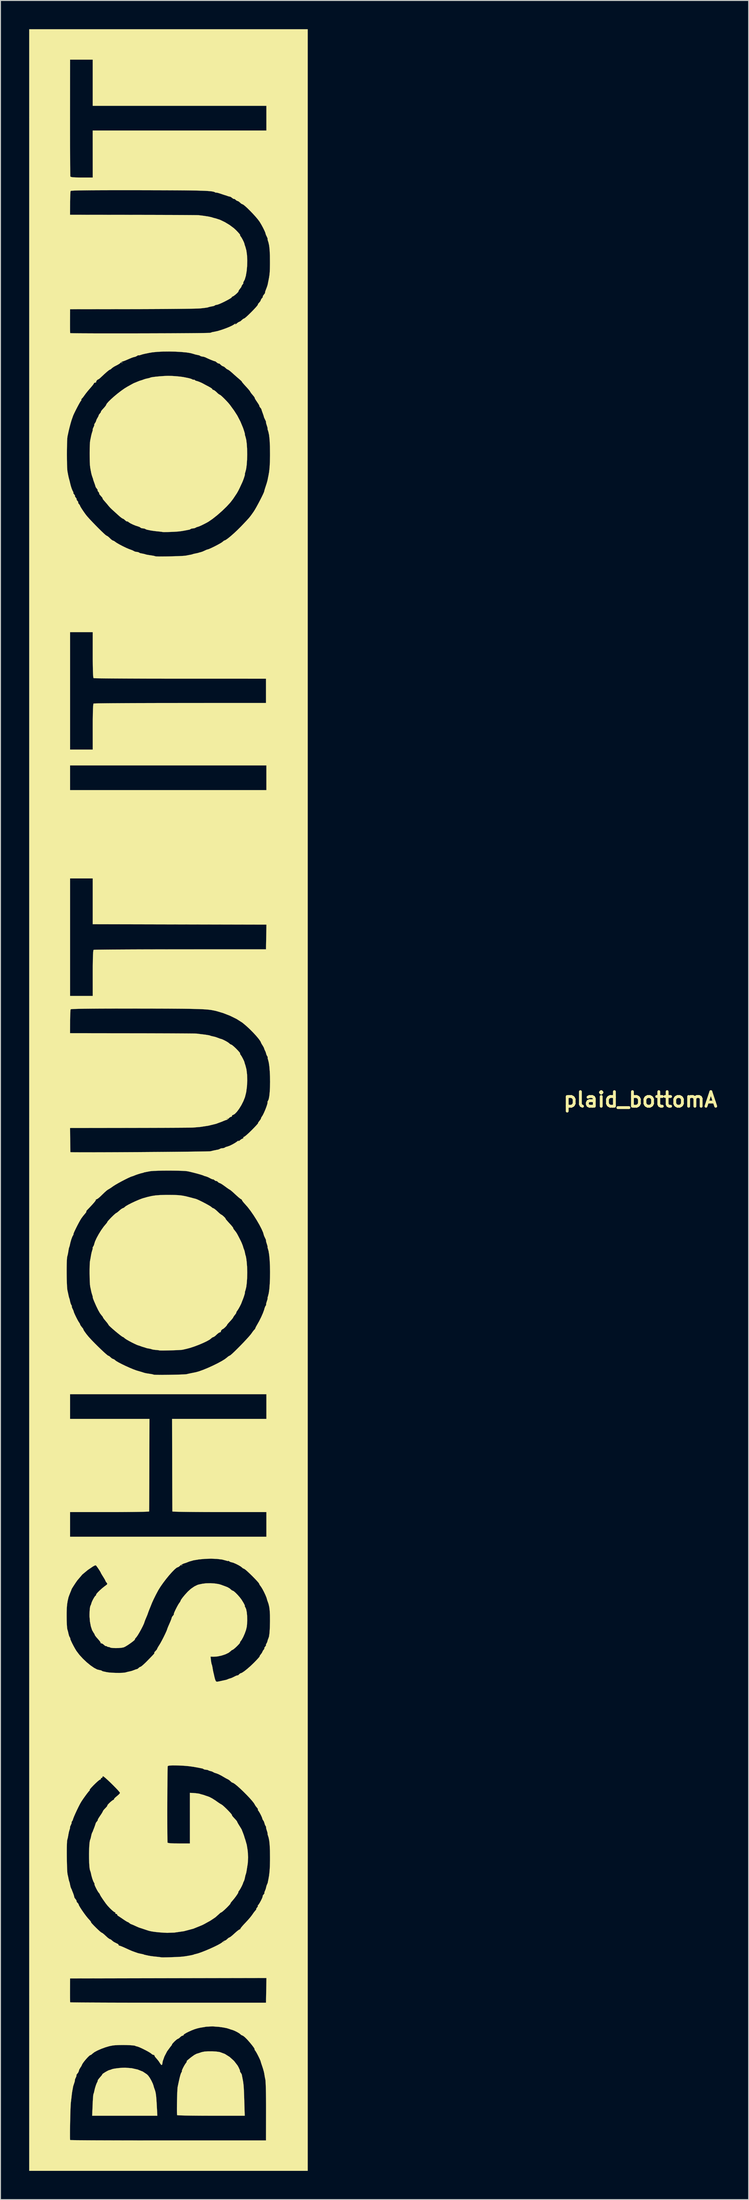
<source format=kicad_pcb>
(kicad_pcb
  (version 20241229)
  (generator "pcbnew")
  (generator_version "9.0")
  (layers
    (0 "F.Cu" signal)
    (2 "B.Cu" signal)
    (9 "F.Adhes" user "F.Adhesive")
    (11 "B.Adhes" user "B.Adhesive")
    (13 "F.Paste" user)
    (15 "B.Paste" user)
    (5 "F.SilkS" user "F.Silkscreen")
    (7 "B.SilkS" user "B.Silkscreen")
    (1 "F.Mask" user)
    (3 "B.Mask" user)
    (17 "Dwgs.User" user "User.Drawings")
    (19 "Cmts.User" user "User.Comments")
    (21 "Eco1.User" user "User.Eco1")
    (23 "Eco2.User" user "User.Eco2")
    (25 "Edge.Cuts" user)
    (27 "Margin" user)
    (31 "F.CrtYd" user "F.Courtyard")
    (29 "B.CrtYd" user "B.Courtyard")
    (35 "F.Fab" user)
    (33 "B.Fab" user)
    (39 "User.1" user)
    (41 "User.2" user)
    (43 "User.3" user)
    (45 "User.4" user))
  (footprint "plaid_bottomA"
    (layer "F.Cu")
    (at 63.928 111.85)
    (property "Reference" "plaid_bottomA" (at 0 0 0) (layer "F.SilkS") (effects (font (size 1.524 1.524) (thickness 0.3))))
    (attr through_hole)
    (fp_poly (pts (xy -54.187 -77.004) (xy -54.229 -76.962) (xy -54.271 -77.004) (xy -54.229 -77.047) (xy -54.187 -77.004)) (stroke (width 0.01) (type solid)) (fill yes) (layer "F.SilkS"))
    (fp_poly (pts (xy -47.921 48.641) (xy -47.964 48.683) (xy -48.006 48.641) (xy -47.964 48.599) (xy -47.921 48.641)) (stroke (width 0.01) (type solid)) (fill yes) (layer "F.SilkS"))
    (fp_poly (pts (xy -53.208 101.204) (xy -52.58 101.344) (xy -52.038 101.562) (xy -51.612 101.846) (xy -51.469 101.991) (xy -51.307 102.219) (xy -51.14 102.514) (xy -50.998 102.815) (xy -50.912 103.061) (xy -50.901 103.124) (xy -50.871 103.225) (xy -50.803 103.411) (xy -50.8 103.42) (xy -50.74 103.602) (xy -50.693 103.81) (xy -50.655 104.078) (xy -50.622 104.436) (xy -50.591 104.916) (xy -50.574 105.219) (xy -50.523 106.172) (xy -57.337 106.172) (xy -57.293 105.075) (xy -57.273 104.658) (xy -57.251 104.302) (xy -57.228 104.042) (xy -57.207 103.911) (xy -57.204 103.905) (xy -57.156 103.773) (xy -57.117 103.598) (xy -57.05 103.312) (xy -56.959 103.014) (xy -56.865 102.768) (xy -56.801 102.651) (xy -56.758 102.543) (xy -56.769 102.518) (xy -56.74 102.438) (xy -56.623 102.28) (xy -56.524 102.166) (xy -56.37 101.989) (xy -56.286 101.876) (xy -56.283 101.854) (xy -56.268 101.818) (xy -56.15 101.73) (xy -55.972 101.617) (xy -55.781 101.507) (xy -55.622 101.427) (xy -55.557 101.406) (xy -55.382 101.356) (xy -55.33 101.331) (xy -55.178 101.281) (xy -54.907 101.233) (xy -54.568 101.191) (xy -54.212 101.161) (xy -53.89 101.152) (xy -53.208 101.204)) (stroke (width 0.01) (type solid)) (fill yes) (layer "F.SilkS"))
    (fp_poly (pts (xy -44.366 99.464) (xy -44 99.518) (xy -43.984 99.521) (xy -43.468 99.711) (xy -42.959 100.032) (xy -42.499 100.447) (xy -42.133 100.922) (xy -42.033 101.1) (xy -41.927 101.327) (xy -41.873 101.477) (xy -41.877 101.515) (xy -41.876 101.568) (xy -41.818 101.651) (xy -41.717 101.808) (xy -41.689 101.884) (xy -41.662 102.028) (xy -41.618 102.251) (xy -41.613 102.277) (xy -41.566 102.524) (xy -41.531 102.756) (xy -41.503 103.005) (xy -41.481 103.302) (xy -41.462 103.681) (xy -41.444 104.174) (xy -41.43 104.627) (xy -41.382 106.172) (xy -44.901 106.172) (xy -45.656 106.171) (xy -46.357 106.166) (xy -46.986 106.16) (xy -47.525 106.151) (xy -47.958 106.14) (xy -48.265 106.128) (xy -48.429 106.115) (xy -48.452 106.109) (xy -48.465 105.998) (xy -48.473 105.753) (xy -48.474 105.408) (xy -48.471 104.999) (xy -48.464 104.56) (xy -48.453 104.126) (xy -48.439 103.733) (xy -48.423 103.415) (xy -48.405 103.206) (xy -48.399 103.166) (xy -48.281 102.61) (xy -48.188 102.199) (xy -48.112 101.913) (xy -48.049 101.729) (xy -47.994 101.628) (xy -47.991 101.625) (xy -47.94 101.532) (xy -47.955 101.515) (xy -47.955 101.451) (xy -47.891 101.289) (xy -47.786 101.076) (xy -47.664 100.859) (xy -47.548 100.685) (xy -47.517 100.647) (xy -47.44 100.535) (xy -47.449 100.499) (xy -47.458 100.465) (xy -47.352 100.356) (xy -47.119 100.163) (xy -46.946 100.028) (xy -46.655 99.82) (xy -46.43 99.702) (xy -46.293 99.66) (xy -46.18 99.625) (xy -45.973 99.555) (xy -45.894 99.527) (xy -45.618 99.47) (xy -45.233 99.44) (xy -44.797 99.438) (xy -44.366 99.464)) (stroke (width 0.01) (type solid)) (fill yes) (layer "F.SilkS"))
    (fp_poly (pts (xy -48.767 9.961) (xy -48.334 9.98) (xy -47.966 10.019) (xy -47.613 10.083) (xy -47.222 10.179) (xy -47.117 10.207) (xy -46.836 10.282) (xy -46.619 10.339) (xy -46.524 10.361) (xy -46.374 10.416) (xy -46.126 10.529) (xy -45.821 10.679) (xy -45.501 10.845) (xy -45.209 11.005) (xy -44.986 11.136) (xy -44.873 11.218) (xy -44.873 11.219) (xy -44.74 11.326) (xy -44.672 11.346) (xy -44.564 11.402) (xy -44.384 11.545) (xy -44.238 11.68) (xy -44.041 11.864) (xy -43.89 11.987) (xy -43.832 12.019) (xy -43.747 12.067) (xy -43.614 12.179) (xy -43.48 12.308) (xy -43.392 12.412) (xy -43.387 12.446) (xy -43.356 12.502) (xy -43.232 12.651) (xy -43.041 12.863) (xy -42.989 12.919) (xy -42.784 13.145) (xy -42.641 13.32) (xy -42.585 13.412) (xy -42.587 13.418) (xy -42.569 13.491) (xy -42.468 13.623) (xy -42.302 13.833) (xy -42.198 13.992) (xy -42.101 14.171) (xy -41.976 14.411) (xy -41.849 14.661) (xy -41.748 14.868) (xy -41.697 14.982) (xy -41.695 14.986) (xy -41.655 15.091) (xy -41.621 15.17) (xy -41.557 15.355) (xy -41.541 15.424) (xy -41.483 15.598) (xy -41.467 15.628) (xy -41.413 15.771) (xy -41.362 15.99) (xy -41.36 16.002) (xy -41.316 16.21) (xy -41.278 16.336) (xy -41.275 16.34) (xy -41.248 16.448) (xy -41.213 16.673) (xy -41.179 16.94) (xy -41.136 17.474) (xy -41.121 18.047) (xy -41.132 18.617) (xy -41.167 19.144) (xy -41.224 19.586) (xy -41.303 19.903) (xy -41.308 19.918) (xy -41.361 20.082) (xy -41.362 20.151) (xy -41.361 20.151) (xy -41.366 20.221) (xy -41.415 20.4) (xy -41.491 20.635) (xy -41.579 20.875) (xy -41.629 20.997) (xy -41.683 21.133) (xy -41.694 21.167) (xy -41.759 21.333) (xy -41.878 21.574) (xy -42.014 21.823) (xy -42.131 22.009) (xy -42.157 22.043) (xy -42.249 22.178) (xy -42.261 22.241) (xy -42.29 22.326) (xy -42.399 22.476) (xy -42.409 22.487) (xy -42.533 22.647) (xy -42.588 22.753) (xy -42.588 22.755) (xy -42.643 22.845) (xy -42.784 23.015) (xy -42.933 23.177) (xy -43.108 23.368) (xy -43.215 23.498) (xy -43.233 23.537) (xy -43.255 23.589) (xy -43.367 23.716) (xy -43.399 23.749) (xy -43.551 23.89) (xy -43.649 23.959) (xy -43.656 23.961) (xy -43.756 24.015) (xy -43.853 24.129) (xy -43.889 24.231) (xy -43.882 24.247) (xy -43.9 24.293) (xy -43.954 24.299) (xy -44.088 24.357) (xy -44.269 24.499) (xy -44.323 24.553) (xy -44.498 24.713) (xy -44.639 24.801) (xy -44.667 24.807) (xy -44.801 24.866) (xy -44.873 24.933) (xy -45.042 25.068) (xy -45.338 25.236) (xy -45.726 25.422) (xy -46.17 25.611) (xy -46.634 25.787) (xy -47.084 25.936) (xy -47.456 26.035) (xy -47.699 26.091) (xy -47.879 26.133) (xy -48.018 26.149) (xy -48.276 26.166) (xy -48.617 26.181) (xy -49.003 26.195) (xy -49.397 26.206) (xy -49.762 26.213) (xy -50.06 26.215) (xy -50.254 26.211) (xy -50.308 26.203) (xy -50.401 26.182) (xy -50.6 26.16) (xy -50.673 26.154) (xy -50.91 26.129) (xy -51.075 26.094) (xy -51.096 26.085) (xy -51.241 26.04) (xy -51.393 26.013) (xy -51.61 25.972) (xy -51.731 25.935) (xy -51.916 25.873) (xy -51.971 25.859) (xy -52.146 25.806) (xy -52.225 25.775) (xy -52.411 25.708) (xy -52.48 25.69) (xy -52.644 25.632) (xy -52.898 25.516) (xy -53.198 25.367) (xy -53.497 25.208) (xy -53.75 25.062) (xy -53.91 24.955) (xy -53.936 24.931) (xy -54.057 24.826) (xy -54.113 24.807) (xy -54.206 24.756) (xy -54.392 24.62) (xy -54.637 24.426) (xy -54.91 24.201) (xy -55.177 23.973) (xy -55.407 23.768) (xy -55.568 23.614) (xy -55.626 23.538) (xy -55.678 23.444) (xy -55.81 23.27) (xy -55.928 23.13) (xy -56.09 22.935) (xy -56.188 22.798) (xy -56.203 22.757) (xy -56.236 22.684) (xy -56.351 22.542) (xy -56.37 22.521) (xy -56.528 22.311) (xy -56.711 21.989) (xy -56.929 21.538) (xy -57.138 21.061) (xy -57.228 20.835) (xy -57.275 20.689) (xy -57.274 20.659) (xy -57.274 20.591) (xy -57.321 20.443) (xy -57.403 20.181) (xy -57.445 19.998) (xy -57.498 19.735) (xy -57.539 19.558) (xy -57.565 19.361) (xy -57.586 19.037) (xy -57.6 18.629) (xy -57.607 18.181) (xy -57.607 17.734) (xy -57.599 17.332) (xy -57.583 17.016) (xy -57.563 16.849) (xy -57.505 16.544) (xy -57.455 16.246) (xy -57.398 15.969) (xy -57.326 15.722) (xy -57.324 15.717) (xy -57.278 15.558) (xy -57.289 15.494) (xy -57.289 15.442) (xy -57.247 15.382) (xy -57.152 15.201) (xy -57.127 15.106) (xy -57.043 14.831) (xy -56.878 14.467) (xy -56.654 14.057) (xy -56.399 13.645) (xy -56.135 13.274) (xy -55.957 13.06) (xy -55.817 12.895) (xy -55.753 12.797) (xy -55.756 12.785) (xy -55.726 12.73) (xy -55.6 12.584) (xy -55.404 12.377) (xy -55.348 12.319) (xy -55.123 12.098) (xy -54.942 11.934) (xy -54.839 11.856) (xy -54.83 11.853) (xy -54.737 11.8) (xy -54.573 11.667) (xy -54.5 11.6) (xy -54.313 11.444) (xy -54.167 11.354) (xy -54.134 11.346) (xy -54.004 11.287) (xy -53.933 11.219) (xy -53.799 11.116) (xy -53.546 10.971) (xy -53.214 10.802) (xy -52.844 10.628) (xy -52.475 10.469) (xy -52.147 10.343) (xy -52.028 10.304) (xy -51.55 10.168) (xy -51.129 10.071) (xy -50.717 10.008) (xy -50.263 9.972) (xy -49.72 9.957) (xy -49.318 9.955) (xy -48.767 9.961)) (stroke (width 0.01) (type solid)) (fill yes) (layer "F.SilkS"))
    (fp_poly (pts (xy -49.03 -75.619) (xy -48.596 -75.592) (xy -48.171 -75.552) (xy -47.825 -75.505) (xy -47.752 -75.491) (xy -47.59 -75.459) (xy -47.348 -75.41) (xy -47.286 -75.398) (xy -47.044 -75.335) (xy -46.867 -75.264) (xy -46.842 -75.247) (xy -46.751 -75.206) (xy -46.736 -75.226) (xy -46.685 -75.238) (xy -46.63 -75.202) (xy -46.514 -75.123) (xy -46.482 -75.112) (xy -46.351 -75.079) (xy -46.138 -75.002) (xy -45.914 -74.907) (xy -45.765 -74.833) (xy -45.599 -74.741) (xy -45.348 -74.607) (xy -45.154 -74.506) (xy -44.928 -74.376) (xy -44.788 -74.271) (xy -44.763 -74.222) (xy -44.746 -74.175) (xy -44.692 -74.168) (xy -44.558 -74.111) (xy -44.377 -73.968) (xy -44.323 -73.914) (xy -44.154 -73.755) (xy -44.026 -73.667) (xy -44.002 -73.66) (xy -43.907 -73.602) (xy -43.733 -73.451) (xy -43.514 -73.239) (xy -43.282 -73) (xy -43.071 -72.768) (xy -42.914 -72.575) (xy -42.902 -72.559) (xy -42.759 -72.36) (xy -42.575 -72.108) (xy -42.502 -72.009) (xy -42.158 -71.475) (xy -41.832 -70.846) (xy -41.562 -70.197) (xy -41.523 -70.086) (xy -41.432 -69.806) (xy -41.374 -69.602) (xy -41.361 -69.512) (xy -41.363 -69.511) (xy -41.361 -69.443) (xy -41.309 -69.28) (xy -41.308 -69.278) (xy -41.227 -68.959) (xy -41.169 -68.514) (xy -41.136 -67.985) (xy -41.126 -67.415) (xy -41.14 -66.845) (xy -41.178 -66.317) (xy -41.239 -65.874) (xy -41.319 -65.571) (xy -41.365 -65.418) (xy -41.361 -65.363) (xy -41.365 -65.292) (xy -41.414 -65.115) (xy -41.491 -64.881) (xy -41.581 -64.641) (xy -41.652 -64.474) (xy -41.735 -64.296) (xy -41.853 -64.043) (xy -41.908 -63.923) (xy -42.046 -63.645) (xy -42.185 -63.395) (xy -42.23 -63.323) (xy -42.37 -63.113) (xy -42.543 -62.853) (xy -42.598 -62.77) (xy -42.886 -62.396) (xy -43.282 -61.967) (xy -43.749 -61.516) (xy -44.249 -61.077) (xy -44.747 -60.683) (xy -45.173 -60.39) (xy -45.342 -60.293) (xy -45.582 -60.168) (xy -45.836 -60.041) (xy -46.049 -59.941) (xy -46.164 -59.895) (xy -46.27 -59.859) (xy -46.385 -59.828) (xy -46.39 -59.828) (xy -46.521 -59.763) (xy -46.531 -59.754) (xy -46.66 -59.702) (xy -46.778 -59.69) (xy -46.952 -59.665) (xy -47.021 -59.631) (xy -47.153 -59.561) (xy -47.183 -59.554) (xy -47.337 -59.525) (xy -47.54 -59.485) (xy -47.935 -59.412) (xy -48.32 -59.364) (xy -48.762 -59.333) (xy -49.175 -59.317) (xy -49.517 -59.308) (xy -49.788 -59.305) (xy -49.947 -59.308) (xy -49.974 -59.312) (xy -50.063 -59.329) (xy -50.272 -59.355) (xy -50.504 -59.378) (xy -50.828 -59.414) (xy -51.123 -59.456) (xy -51.266 -59.481) (xy -51.481 -59.527) (xy -51.623 -59.554) (xy -51.766 -59.615) (xy -51.785 -59.631) (xy -51.909 -59.678) (xy -52.037 -59.69) (xy -52.208 -59.72) (xy -52.276 -59.765) (xy -52.385 -59.84) (xy -52.553 -59.898) (xy -52.804 -59.979) (xy -53.083 -60.094) (xy -53.337 -60.219) (xy -53.511 -60.327) (xy -53.552 -60.368) (xy -53.647 -60.422) (xy -53.673 -60.413) (xy -53.773 -60.437) (xy -53.892 -60.539) (xy -54.034 -60.664) (xy -54.128 -60.706) (xy -54.23 -60.759) (xy -54.412 -60.898) (xy -54.605 -61.066) (xy -54.864 -61.302) (xy -55.114 -61.529) (xy -55.249 -61.65) (xy -55.45 -61.844) (xy -55.614 -62.027) (xy -55.63 -62.048) (xy -55.768 -62.218) (xy -55.959 -62.439) (xy -56.034 -62.523) (xy -56.181 -62.695) (xy -56.251 -62.804) (xy -56.247 -62.823) (xy -56.261 -62.876) (xy -56.368 -63.009) (xy -56.43 -63.077) (xy -56.564 -63.231) (xy -56.613 -63.321) (xy -56.602 -63.331) (xy -56.598 -63.383) (xy -56.684 -63.5) (xy -56.774 -63.622) (xy -56.769 -63.669) (xy -56.764 -63.721) (xy -56.835 -63.818) (xy -56.947 -63.968) (xy -56.985 -64.05) (xy -57.024 -64.189) (xy -57.078 -64.347) (xy -57.174 -64.611) (xy -57.222 -64.752) (xy -57.237 -64.807) (xy -57.234 -64.812) (xy -57.252 -64.881) (xy -57.312 -65.046) (xy -57.312 -65.047) (xy -57.38 -65.247) (xy -57.438 -65.481) (xy -57.5 -65.8) (xy -57.548 -66.082) (xy -57.572 -66.322) (xy -57.589 -66.679) (xy -57.598 -67.11) (xy -57.6 -67.574) (xy -57.595 -68.028) (xy -57.582 -68.429) (xy -57.563 -68.735) (xy -57.544 -68.876) (xy -57.487 -69.15) (xy -57.445 -69.361) (xy -57.379 -69.626) (xy -57.32 -69.805) (xy -57.274 -69.961) (xy -57.281 -70.019) (xy -57.276 -70.084) (xy -57.207 -70.244) (xy -57.192 -70.273) (xy -57.119 -70.442) (xy -57.11 -70.526) (xy -57.116 -70.527) (xy -57.115 -70.58) (xy -57.058 -70.663) (xy -56.955 -70.834) (xy -56.928 -70.921) (xy -56.87 -71.08) (xy -56.774 -71.251) (xy -56.685 -71.408) (xy -56.662 -71.491) (xy -56.628 -71.571) (xy -56.523 -71.704) (xy -56.427 -71.83) (xy -56.423 -71.882) (xy -56.405 -71.936) (xy -56.295 -72.076) (xy -56.182 -72.2) (xy -56.011 -72.392) (xy -55.902 -72.537) (xy -55.881 -72.582) (xy -55.815 -72.715) (xy -55.637 -72.922) (xy -55.372 -73.183) (xy -55.047 -73.474) (xy -54.687 -73.773) (xy -54.318 -74.057) (xy -53.967 -74.305) (xy -53.679 -74.483) (xy -53.339 -74.672) (xy -53.119 -74.793) (xy -52.991 -74.86) (xy -52.928 -74.888) (xy -52.917 -74.892) (xy -52.817 -74.93) (xy -52.634 -75.008) (xy -52.62 -75.014) (xy -52.409 -75.099) (xy -52.255 -75.148) (xy -52.254 -75.148) (xy -52.079 -75.201) (xy -52 -75.233) (xy -51.793 -75.304) (xy -51.689 -75.33) (xy -51.425 -75.389) (xy -51.294 -75.423) (xy -51.266 -75.438) (xy -51.188 -75.468) (xy -50.979 -75.503) (xy -50.677 -75.54) (xy -50.321 -75.575) (xy -49.949 -75.603) (xy -49.6 -75.622) (xy -49.403 -75.627) (xy -49.03 -75.619)) (stroke (width 0.01) (type solid)) (fill yes) (layer "F.SilkS"))
    (fp_poly (pts (xy -34.798 111.929) (xy -63.923 111.929) (xy -63.923 108.09) (xy -59.658 108.09) (xy -59.657 108.424) (xy -59.65 108.642) (xy -59.642 108.712) (xy -59.556 108.718) (xy -59.312 108.723) (xy -58.918 108.728) (xy -58.387 108.732) (xy -57.727 108.737) (xy -56.95 108.741) (xy -56.066 108.744) (xy -55.084 108.747) (xy -54.016 108.75) (xy -52.872 108.752) (xy -51.662 108.753) (xy -50.396 108.754) (xy -49.39 108.754) (xy -39.158 108.754) (xy -39.151 105.748) (xy -39.151 105.036) (xy -39.156 104.365) (xy -39.164 103.757) (xy -39.176 103.233) (xy -39.191 102.817) (xy -39.207 102.53) (xy -39.223 102.404) (xy -39.283 102.114) (xy -39.327 101.844) (xy -39.331 101.812) (xy -39.375 101.594) (xy -39.459 101.293) (xy -39.537 101.05) (xy -39.628 100.784) (xy -39.69 100.592) (xy -39.709 100.52) (xy -39.739 100.419) (xy -39.827 100.218) (xy -39.949 99.966) (xy -40.081 99.709) (xy -40.2 99.496) (xy -40.28 99.377) (xy -40.358 99.265) (xy -40.35 99.229) (xy -40.357 99.171) (xy -40.456 99.017) (xy -40.623 98.795) (xy -40.835 98.536) (xy -41.071 98.267) (xy -41.18 98.15) (xy -41.38 97.956) (xy -41.545 97.825) (xy -41.621 97.79) (xy -41.752 97.731) (xy -41.829 97.659) (xy -41.966 97.551) (xy -42.196 97.416) (xy -42.453 97.29) (xy -42.672 97.205) (xy -42.714 97.195) (xy -42.855 97.153) (xy -42.992 97.104) (xy -43.258 97.021) (xy -43.605 96.952) (xy -44.069 96.886) (xy -44.745 96.836) (xy -45.386 96.865) (xy -46.066 96.979) (xy -46.355 97.047) (xy -46.62 97.129) (xy -46.922 97.246) (xy -47.226 97.381) (xy -47.494 97.516) (xy -47.691 97.634) (xy -47.781 97.716) (xy -47.778 97.735) (xy -47.795 97.783) (xy -47.852 97.79) (xy -48.001 97.849) (xy -48.133 97.959) (xy -48.274 98.086) (xy -48.366 98.129) (xy -48.468 98.184) (xy -48.638 98.325) (xy -48.743 98.425) (xy -48.902 98.593) (xy -48.986 98.701) (xy -48.987 98.721) (xy -49.005 98.776) (xy -49.109 98.914) (xy -49.161 98.974) (xy -49.502 99.439) (xy -49.782 99.979) (xy -49.914 100.351) (xy -49.953 100.457) (xy -49.976 100.568) (xy -49.985 100.662) (xy -50.026 100.845) (xy -50.109 100.866) (xy -50.221 100.723) (xy -50.235 100.698) (xy -50.377 100.478) (xy -50.57 100.238) (xy -50.616 100.189) (xy -50.76 100.018) (xy -50.825 99.897) (xy -50.822 99.872) (xy -50.843 99.829) (xy -50.903 99.822) (xy -51.065 99.762) (xy -51.136 99.699) (xy -51.26 99.604) (xy -51.493 99.465) (xy -51.789 99.306) (xy -52.102 99.15) (xy -52.385 99.021) (xy -52.593 98.943) (xy -52.634 98.933) (xy -52.764 98.903) (xy -52.79 98.89) (xy -52.868 98.853) (xy -53.082 98.822) (xy -53.394 98.799) (xy -53.772 98.785) (xy -54.179 98.781) (xy -54.582 98.787) (xy -54.945 98.805) (xy -55.16 98.826) (xy -55.53 98.898) (xy -55.953 99.021) (xy -56.384 99.179) (xy -56.783 99.353) (xy -57.105 99.527) (xy -57.309 99.684) (xy -57.321 99.697) (xy -57.447 99.803) (xy -57.507 99.822) (xy -57.614 99.884) (xy -57.785 100.045) (xy -57.985 100.263) (xy -58.18 100.499) (xy -58.335 100.713) (xy -58.415 100.865) (xy -58.419 100.88) (xy -58.481 101.011) (xy -58.54 101.092) (xy -58.681 101.324) (xy -58.762 101.577) (xy -58.762 101.58) (xy -58.82 101.685) (xy -58.905 101.79) (xy -58.986 101.903) (xy -58.981 101.939) (xy -58.976 102.003) (xy -59.04 102.162) (xy -59.055 102.193) (xy -59.132 102.362) (xy -59.149 102.445) (xy -59.146 102.447) (xy -59.146 102.517) (xy -59.194 102.695) (xy -59.225 102.787) (xy -59.298 103.005) (xy -59.339 103.148) (xy -59.342 103.169) (xy -59.356 103.274) (xy -59.39 103.445) (xy -59.436 103.701) (xy -59.472 103.973) (xy -59.5 104.224) (xy -59.539 104.554) (xy -59.566 104.775) (xy -59.583 104.975) (xy -59.599 105.295) (xy -59.614 105.707) (xy -59.628 106.179) (xy -59.64 106.684) (xy -59.649 107.19) (xy -59.656 107.669) (xy -59.658 108.09) (xy -63.923 108.09) (xy -63.923 93.487) (xy -59.654 93.487) (xy -59.652 93.862) (xy -59.648 94.143) (xy -59.643 94.299) (xy -59.64 94.319) (xy -59.555 94.324) (xy -59.31 94.329) (xy -58.917 94.334) (xy -58.386 94.339) (xy -57.727 94.343) (xy -56.95 94.347) (xy -56.065 94.351) (xy -55.084 94.354) (xy -54.016 94.357) (xy -52.872 94.359) (xy -51.662 94.36) (xy -50.396 94.361) (xy -49.39 94.361) (xy -39.158 94.361) (xy -39.135 93.069) (xy -39.112 91.778) (xy -49.38 91.799) (xy -59.648 91.821) (xy -59.653 93.049) (xy -59.654 93.487) (xy -63.923 93.487) (xy -63.923 78.594) (xy -59.992 78.594) (xy -59.99 79.082) (xy -59.983 79.574) (xy -59.972 80.038) (xy -59.957 80.441) (xy -59.938 80.75) (xy -59.915 80.932) (xy -59.913 80.941) (xy -59.854 81.192) (xy -59.812 81.4) (xy -59.769 81.595) (xy -59.732 81.703) (xy -59.695 81.819) (xy -59.651 82.023) (xy -59.648 82.042) (xy -59.597 82.263) (xy -59.542 82.412) (xy -59.539 82.416) (xy -59.478 82.531) (xy -59.472 82.55) (xy -59.436 82.656) (xy -59.41 82.719) (xy -59.302 82.994) (xy -59.231 83.214) (xy -59.213 83.324) (xy -59.171 83.421) (xy -59.076 83.543) (xy -58.981 83.679) (xy -58.972 83.751) (xy -58.954 83.833) (xy -58.888 83.903) (xy -58.78 84.028) (xy -58.759 84.089) (xy -58.711 84.211) (xy -58.583 84.429) (xy -58.402 84.708) (xy -58.191 85.01) (xy -57.977 85.298) (xy -57.784 85.536) (xy -57.708 85.619) (xy -57.549 85.796) (xy -57.466 85.911) (xy -57.465 85.937) (xy -57.445 85.989) (xy -57.33 86.125) (xy -57.15 86.315) (xy -56.935 86.53) (xy -56.717 86.739) (xy -56.525 86.913) (xy -56.39 87.021) (xy -56.348 87.041) (xy -56.244 87.099) (xy -56.067 87.244) (xy -55.922 87.38) (xy -55.721 87.563) (xy -55.558 87.685) (xy -55.491 87.714) (xy -55.367 87.772) (xy -55.26 87.867) (xy -55.087 88.003) (xy -54.85 88.127) (xy -54.827 88.136) (xy -54.649 88.226) (xy -54.574 88.307) (xy -54.577 88.322) (xy -54.555 88.387) (xy -54.521 88.392) (xy -54.399 88.426) (xy -54.173 88.514) (xy -53.902 88.634) (xy -53.463 88.835) (xy -53.16 88.965) (xy -52.98 89.03) (xy -52.874 89.069) (xy -52.761 89.108) (xy -52.747 89.112) (xy -52.647 89.146) (xy -52.642 89.15) (xy -52.554 89.18) (xy -52.334 89.231) (xy -52.155 89.268) (xy -51.996 89.304) (xy -51.943 89.324) (xy -51.875 89.35) (xy -51.816 89.364) (xy -51.643 89.402) (xy -51.435 89.447) (xy -51.208 89.486) (xy -50.895 89.527) (xy -50.673 89.55) (xy -50.401 89.578) (xy -50.209 89.602) (xy -50.144 89.616) (xy -50.051 89.624) (xy -49.827 89.625) (xy -49.51 89.62) (xy -49.138 89.61) (xy -48.75 89.596) (xy -48.383 89.579) (xy -48.075 89.561) (xy -47.879 89.545) (xy -47.59 89.507) (xy -47.281 89.457) (xy -46.999 89.405) (xy -46.789 89.358) (xy -46.695 89.326) (xy -46.694 89.323) (xy -46.624 89.299) (xy -46.549 89.283) (xy -46.264 89.207) (xy -45.891 89.078) (xy -45.464 88.91) (xy -45.017 88.72) (xy -44.584 88.522) (xy -44.199 88.332) (xy -43.897 88.164) (xy -43.711 88.034) (xy -43.688 88.011) (xy -43.603 88.011) (xy -43.561 88.053) (xy -43.519 88.011) (xy -43.561 87.969) (xy -43.603 88.011) (xy -43.688 88.011) (xy -43.686 88.009) (xy -43.549 87.903) (xy -43.479 87.884) (xy -43.349 87.826) (xy -43.222 87.715) (xy -43.079 87.588) (xy -42.985 87.545) (xy -42.886 87.491) (xy -42.704 87.347) (xy -42.476 87.144) (xy -42.452 87.122) (xy -42.219 86.914) (xy -42.024 86.763) (xy -41.907 86.699) (xy -41.901 86.699) (xy -41.834 86.671) (xy -41.844 86.652) (xy -41.809 86.576) (xy -41.678 86.409) (xy -41.475 86.18) (xy -41.34 86.038) (xy -41.069 85.747) (xy -40.822 85.462) (xy -40.639 85.229) (xy -40.596 85.167) (xy -40.437 84.939) (xy -40.289 84.753) (xy -40.26 84.723) (xy -40.175 84.616) (xy -40.181 84.582) (xy -40.178 84.53) (xy -40.09 84.413) (xy -40.003 84.291) (xy -40.013 84.242) (xy -40.03 84.207) (xy -39.995 84.179) (xy -39.913 84.082) (xy -39.8 83.898) (xy -39.679 83.675) (xy -39.574 83.458) (xy -39.51 83.293) (xy -39.508 83.227) (xy -39.509 83.227) (xy -39.502 83.175) (xy -39.412 83.058) (xy -39.32 82.936) (xy -39.318 82.889) (xy -39.329 82.827) (xy -39.281 82.712) (xy -39.19 82.484) (xy -39.147 82.316) (xy -39.096 82.115) (xy -39.05 82.006) (xy -38.984 81.855) (xy -38.978 81.83) (xy -38.951 81.692) (xy -38.91 81.492) (xy -38.835 81.071) (xy -38.784 80.627) (xy -38.753 80.118) (xy -38.74 79.501) (xy -38.739 79.206) (xy -38.746 78.489) (xy -38.771 77.92) (xy -38.814 77.477) (xy -38.877 77.137) (xy -38.938 76.941) (xy -38.99 76.777) (xy -38.991 76.708) (xy -38.991 76.708) (xy -38.993 76.637) (xy -39.043 76.459) (xy -39.074 76.369) (xy -39.136 76.163) (xy -39.153 76.043) (xy -39.144 76.031) (xy -39.146 75.979) (xy -39.189 75.918) (xy -39.28 75.741) (xy -39.309 75.63) (xy -39.376 75.428) (xy -39.43 75.34) (xy -39.515 75.208) (xy -39.529 75.161) (xy -39.573 75.016) (xy -39.673 74.791) (xy -39.798 74.55) (xy -39.915 74.359) (xy -39.948 74.316) (xy -40.019 74.203) (xy -40.003 74.168) (xy -40.003 74.115) (xy -40.097 73.988) (xy -40.106 73.978) (xy -40.241 73.811) (xy -40.312 73.693) (xy -40.409 73.525) (xy -40.601 73.279) (xy -40.866 72.979) (xy -41.177 72.65) (xy -41.512 72.314) (xy -41.845 71.997) (xy -42.153 71.721) (xy -42.41 71.512) (xy -42.594 71.392) (xy -42.655 71.374) (xy -42.77 71.316) (xy -42.849 71.238) (xy -43.021 71.088) (xy -43.134 71.023) (xy -43.355 70.909) (xy -43.476 70.839) (xy -43.84 70.627) (xy -44.155 70.469) (xy -44.379 70.387) (xy -44.401 70.382) (xy -44.59 70.318) (xy -44.662 70.273) (xy -44.823 70.194) (xy -44.941 70.164) (xy -45.114 70.117) (xy -45.182 70.078) (xy -45.306 70.03) (xy -45.424 70.019) (xy -45.597 69.995) (xy -45.666 69.96) (xy -45.799 69.891) (xy -45.828 69.884) (xy -45.982 69.855) (xy -46.186 69.815) (xy -46.725 69.716) (xy -47.221 69.647) (xy -47.735 69.601) (xy -48.33 69.573) (xy -48.624 69.565) (xy -48.997 69.566) (xy -49.274 69.586) (xy -49.421 69.624) (xy -49.434 69.635) (xy -49.442 69.729) (xy -49.45 69.971) (xy -49.458 70.343) (xy -49.464 70.822) (xy -49.47 71.39) (xy -49.475 72.025) (xy -49.478 72.707) (xy -49.481 73.416) (xy -49.483 74.132) (xy -49.483 74.834) (xy -49.482 75.501) (xy -49.48 76.114) (xy -49.477 76.652) (xy -49.472 77.095) (xy -49.466 77.422) (xy -49.458 77.613) (xy -49.456 77.639) (xy -49.369 77.674) (xy -49.132 77.701) (xy -48.762 77.718) (xy -48.28 77.724) (xy -47.116 77.724) (xy -47.116 75.078) (xy -47.117 72.432) (xy -46.778 72.449) (xy -46.526 72.469) (xy -46.279 72.499) (xy -46.09 72.532) (xy -46.016 72.56) (xy -45.947 72.583) (xy -45.862 72.602) (xy -45.644 72.662) (xy -45.565 72.693) (xy -45.38 72.759) (xy -45.311 72.777) (xy -45.077 72.863) (xy -44.766 73.027) (xy -44.433 73.24) (xy -44.323 73.319) (xy -44.088 73.485) (xy -43.881 73.614) (xy -43.815 73.649) (xy -43.696 73.732) (xy -43.516 73.891) (xy -43.302 74.094) (xy -43.087 74.312) (xy -42.897 74.515) (xy -42.764 74.673) (xy -42.716 74.755) (xy -42.724 74.761) (xy -42.709 74.814) (xy -42.599 74.952) (xy -42.481 75.078) (xy -42.309 75.264) (xy -42.201 75.398) (xy -42.182 75.438) (xy -42.146 75.527) (xy -42.042 75.71) (xy -41.948 75.861) (xy -41.81 76.082) (xy -41.717 76.239) (xy -41.694 76.285) (xy -41.656 76.391) (xy -41.63 76.454) (xy -41.552 76.652) (xy -41.475 76.863) (xy -41.425 77.016) (xy -41.418 77.047) (xy -41.388 77.148) (xy -41.325 77.324) (xy -41.169 77.87) (xy -41.069 78.508) (xy -41.031 79.166) (xy -41.063 79.774) (xy -41.078 79.883) (xy -41.128 80.199) (xy -41.175 80.498) (xy -41.19 80.591) (xy -41.231 80.802) (xy -41.27 80.932) (xy -41.272 80.937) (xy -41.312 81.056) (xy -41.356 81.262) (xy -41.36 81.28) (xy -41.41 81.501) (xy -41.465 81.65) (xy -41.468 81.654) (xy -41.527 81.769) (xy -41.533 81.788) (xy -41.587 81.949) (xy -41.695 82.186) (xy -41.824 82.431) (xy -41.94 82.616) (xy -41.969 82.653) (xy -42.054 82.767) (xy -42.053 82.804) (xy -42.059 82.864) (xy -42.148 83.018) (xy -42.294 83.231) (xy -42.471 83.466) (xy -42.656 83.687) (xy -42.68 83.714) (xy -42.818 83.878) (xy -42.878 83.977) (xy -42.873 83.989) (xy -42.901 84.043) (xy -43.026 84.187) (xy -43.224 84.391) (xy -43.288 84.455) (xy -43.521 84.675) (xy -43.711 84.839) (xy -43.825 84.918) (xy -43.837 84.921) (xy -43.94 84.977) (xy -44.093 85.117) (xy -44.118 85.142) (xy -44.463 85.446) (xy -44.962 85.78) (xy -45.604 86.137) (xy -45.847 86.259) (xy -46.75 86.626) (xy -47.738 86.889) (xy -48.751 87.035) (xy -49.488 87.06) (xy -49.864 87.044) (xy -50.282 87.013) (xy -50.689 86.972) (xy -51.035 86.925) (xy -51.269 86.88) (xy -51.287 86.874) (xy -51.371 86.856) (xy -51.482 86.824) (xy -51.696 86.754) (xy -51.858 86.699) (xy -52.114 86.613) (xy -52.306 86.551) (xy -52.366 86.534) (xy -52.488 86.489) (xy -52.701 86.396) (xy -52.832 86.336) (xy -53.064 86.231) (xy -53.229 86.165) (xy -53.272 86.153) (xy -53.376 86.096) (xy -53.437 86.043) (xy -53.561 85.951) (xy -53.607 85.937) (xy -53.706 85.892) (xy -53.895 85.775) (xy -54.063 85.662) (xy -54.312 85.491) (xy -54.526 85.35) (xy -54.617 85.294) (xy -54.722 85.201) (xy -54.722 85.146) (xy -54.741 85.099) (xy -54.813 85.09) (xy -54.911 85.052) (xy -54.906 85.005) (xy -54.913 84.927) (xy -54.943 84.921) (xy -55.062 84.861) (xy -55.253 84.706) (xy -55.481 84.489) (xy -55.709 84.245) (xy -55.902 84.009) (xy -55.916 83.989) (xy -56.224 83.553) (xy -56.427 83.246) (xy -56.526 83.065) (xy -56.538 83.025) (xy -56.604 82.913) (xy -56.624 82.898) (xy -56.7 82.805) (xy -56.81 82.624) (xy -56.928 82.401) (xy -57.031 82.185) (xy -57.096 82.021) (xy -57.099 81.957) (xy -57.093 81.905) (xy -57.129 81.852) (xy -57.219 81.68) (xy -57.321 81.406) (xy -57.411 81.093) (xy -57.455 80.89) (xy -57.502 80.691) (xy -57.545 80.581) (xy -57.592 80.416) (xy -57.628 80.12) (xy -57.652 79.726) (xy -57.665 79.272) (xy -57.667 78.794) (xy -57.657 78.327) (xy -57.636 77.908) (xy -57.604 77.573) (xy -57.56 77.359) (xy -57.542 77.319) (xy -57.497 77.19) (xy -57.449 76.977) (xy -57.446 76.962) (xy -57.396 76.741) (xy -57.341 76.592) (xy -57.338 76.588) (xy -57.277 76.473) (xy -57.271 76.454) (xy -57.234 76.348) (xy -57.209 76.285) (xy -57.125 76.075) (xy -57.043 75.849) (xy -56.984 75.671) (xy -56.969 75.607) (xy -56.918 75.519) (xy -56.835 75.417) (xy -56.753 75.305) (xy -56.756 75.269) (xy -56.742 75.206) (xy -56.648 75.044) (xy -56.516 74.846) (xy -56.358 74.612) (xy -56.251 74.431) (xy -56.219 74.354) (xy -56.163 74.257) (xy -56.023 74.098) (xy -55.966 74.042) (xy -55.818 73.884) (xy -55.75 73.777) (xy -55.752 73.76) (xy -55.72 73.687) (xy -55.598 73.551) (xy -55.428 73.391) (xy -55.255 73.248) (xy -55.121 73.162) (xy -55.087 73.152) (xy -55.045 73.116) (xy -55.056 73.101) (xy -55.025 73.026) (xy -54.888 72.889) (xy -54.758 72.783) (xy -54.564 72.617) (xy -54.445 72.482) (xy -54.427 72.432) (xy -54.496 72.329) (xy -54.66 72.141) (xy -54.892 71.896) (xy -55.166 71.619) (xy -55.454 71.337) (xy -55.729 71.078) (xy -55.963 70.867) (xy -56.13 70.732) (xy -56.195 70.697) (xy -56.272 70.742) (xy -56.261 70.781) (xy -56.281 70.853) (xy -56.346 70.866) (xy -56.437 70.906) (xy -56.43 70.951) (xy -56.447 71.025) (xy -56.495 71.035) (xy -56.589 71.087) (xy -56.755 71.222) (xy -56.962 71.411) (xy -57.181 71.624) (xy -57.381 71.833) (xy -57.534 72.006) (xy -57.609 72.115) (xy -57.603 72.137) (xy -57.589 72.173) (xy -57.622 72.201) (xy -57.711 72.297) (xy -57.866 72.493) (xy -58.057 72.75) (xy -58.255 73.027) (xy -58.43 73.285) (xy -58.482 73.367) (xy -58.613 73.595) (xy -58.772 73.904) (xy -58.942 74.253) (xy -59.104 74.604) (xy -59.241 74.918) (xy -59.333 75.155) (xy -59.364 75.269) (xy -59.412 75.363) (xy -59.454 75.417) (xy -59.502 75.507) (xy -59.487 75.523) (xy -59.484 75.588) (xy -59.548 75.747) (xy -59.563 75.777) (xy -59.64 75.946) (xy -59.656 76.029) (xy -59.652 76.031) (xy -59.648 76.099) (xy -59.697 76.261) (xy -59.768 76.502) (xy -59.826 76.792) (xy -59.832 76.833) (xy -59.88 77.099) (xy -59.936 77.32) (xy -59.947 77.349) (xy -59.966 77.489) (xy -59.98 77.765) (xy -59.989 78.144) (xy -59.992 78.594) (xy -63.923 78.594) (xy -63.923 53.998) (xy -60.008 53.998) (xy -60.002 54.441) (xy -59.987 54.836) (xy -59.965 55.147) (xy -59.939 55.334) (xy -59.932 55.355) (xy -59.864 55.585) (xy -59.813 55.817) (xy -59.752 56.041) (xy -59.675 56.194) (xy -59.62 56.287) (xy -59.63 56.303) (xy -59.624 56.371) (xy -59.553 56.547) (xy -59.436 56.795) (xy -59.291 57.076) (xy -59.138 57.353) (xy -58.996 57.588) (xy -58.974 57.62) (xy -58.674 58.015) (xy -58.313 58.41) (xy -57.918 58.783) (xy -57.518 59.112) (xy -57.139 59.374) (xy -56.809 59.546) (xy -56.562 59.605) (xy -56.403 59.636) (xy -56.357 59.664) (xy -56.225 59.734) (xy -56.195 59.741) (xy -56.042 59.772) (xy -55.838 59.818) (xy -55.588 59.856) (xy -55.242 59.883) (xy -54.85 59.898) (xy -54.461 59.9) (xy -54.125 59.888) (xy -53.893 59.862) (xy -53.851 59.851) (xy -53.595 59.782) (xy -53.425 59.748) (xy -53.19 59.69) (xy -52.959 59.605) (xy -52.769 59.531) (xy -52.653 59.504) (xy -52.65 59.504) (xy -52.556 59.457) (xy -52.491 59.391) (xy -52.355 59.285) (xy -52.287 59.267) (xy -52.188 59.209) (xy -52.003 59.055) (xy -51.763 58.831) (xy -51.599 58.667) (xy -51.279 58.339) (xy -51.06 58.113) (xy -50.924 57.968) (xy -50.854 57.883) (xy -50.832 57.839) (xy -50.84 57.815) (xy -50.847 57.809) (xy -50.821 57.731) (xy -50.716 57.616) (xy -50.59 57.479) (xy -50.546 57.395) (xy -50.502 57.289) (xy -50.391 57.102) (xy -50.329 57.006) (xy -50.206 56.804) (xy -50.049 56.517) (xy -49.878 56.187) (xy -49.717 55.858) (xy -49.585 55.573) (xy -49.506 55.376) (xy -49.493 55.331) (xy -49.451 55.208) (xy -49.362 54.993) (xy -49.304 54.864) (xy -49.147 54.502) (xy -49.045 54.238) (xy -49.011 54.102) (xy -48.96 54.014) (xy -48.876 53.911) (xy -48.794 53.799) (xy -48.798 53.763) (xy -48.793 53.697) (xy -48.725 53.524) (xy -48.616 53.288) (xy -48.486 53.031) (xy -48.356 52.794) (xy -48.247 52.62) (xy -48.214 52.578) (xy -48.12 52.442) (xy -48.101 52.384) (xy -48.042 52.255) (xy -47.885 52.036) (xy -47.654 51.755) (xy -47.37 51.442) (xy -47.329 51.398) (xy -47.01 51.112) (xy -46.654 50.868) (xy -46.32 50.704) (xy -46.186 50.664) (xy -46.051 50.636) (xy -45.834 50.59) (xy -45.805 50.584) (xy -45.419 50.536) (xy -44.964 50.528) (xy -44.502 50.558) (xy -44.096 50.621) (xy -43.857 50.691) (xy -43.708 50.748) (xy -43.667 50.761) (xy -43.561 50.8) (xy -43.455 50.839) (xy -43.177 50.947) (xy -42.937 51.091) (xy -42.849 51.172) (xy -42.713 51.284) (xy -42.637 51.308) (xy -42.523 51.369) (xy -42.341 51.527) (xy -42.124 51.747) (xy -41.909 51.992) (xy -41.73 52.227) (xy -41.694 52.282) (xy -41.502 52.596) (xy -41.39 52.812) (xy -41.366 52.912) (xy -41.375 52.917) (xy -41.372 52.969) (xy -41.327 53.032) (xy -41.237 53.231) (xy -41.17 53.556) (xy -41.131 53.966) (xy -41.122 54.418) (xy -41.146 54.871) (xy -41.175 55.109) (xy -41.251 55.422) (xy -41.383 55.791) (xy -41.543 56.154) (xy -41.707 56.451) (xy -41.8 56.576) (xy -41.88 56.689) (xy -41.871 56.727) (xy -41.892 56.78) (xy -42.01 56.919) (xy -42.193 57.108) (xy -42.404 57.305) (xy -42.574 57.443) (xy -42.658 57.489) (xy -42.771 57.547) (xy -42.845 57.62) (xy -43.068 57.796) (xy -43.41 57.96) (xy -43.819 58.094) (xy -44.245 58.182) (xy -44.636 58.208) (xy -44.64 58.208) (xy -44.956 58.197) (xy -44.918 58.565) (xy -44.885 58.807) (xy -44.848 58.975) (xy -44.836 59.005) (xy -44.795 59.13) (xy -44.751 59.348) (xy -44.743 59.405) (xy -44.7 59.658) (xy -44.657 59.857) (xy -44.651 59.88) (xy -44.602 60.081) (xy -44.57 60.237) (xy -44.507 60.492) (xy -44.454 60.654) (xy -44.392 60.778) (xy -44.301 60.822) (xy -44.124 60.801) (xy -44.011 60.775) (xy -43.732 60.713) (xy -43.489 60.662) (xy -43.44 60.652) (xy -43.243 60.599) (xy -43.144 60.556) (xy -42.982 60.493) (xy -42.91 60.477) (xy -42.745 60.422) (xy -42.52 60.315) (xy -42.473 60.29) (xy -42.28 60.195) (xy -42.157 60.159) (xy -42.142 60.164) (xy -42.065 60.141) (xy -41.996 60.073) (xy -41.876 59.966) (xy -41.819 59.944) (xy -41.671 59.886) (xy -41.432 59.728) (xy -41.129 59.489) (xy -40.789 59.192) (xy -40.439 58.858) (xy -40.388 58.807) (xy -40.136 58.546) (xy -39.944 58.337) (xy -39.832 58.203) (xy -39.816 58.166) (xy -39.812 58.112) (xy -39.717 57.982) (xy -39.711 57.975) (xy -39.589 57.812) (xy -39.536 57.7) (xy -39.477 57.576) (xy -39.393 57.468) (xy -39.316 57.356) (xy -39.328 57.319) (xy -39.33 57.267) (xy -39.243 57.15) (xy -39.153 57.028) (xy -39.156 56.981) (xy -39.168 56.93) (xy -39.128 56.868) (xy -39.034 56.688) (xy -39.009 56.593) (xy -38.955 56.401) (xy -38.92 56.327) (xy -38.844 56.106) (xy -38.789 55.719) (xy -38.755 55.165) (xy -38.741 54.483) (xy -38.745 53.87) (xy -38.77 53.392) (xy -38.817 53.012) (xy -38.891 52.698) (xy -38.947 52.534) (xy -39.015 52.346) (xy -39.047 52.241) (xy -39.047 52.239) (xy -39.099 52.053) (xy -39.212 51.774) (xy -39.361 51.456) (xy -39.52 51.153) (xy -39.664 50.917) (xy -39.72 50.842) (xy -39.832 50.685) (xy -39.869 50.588) (xy -39.927 50.493) (xy -40.082 50.312) (xy -40.305 50.074) (xy -40.566 49.808) (xy -40.838 49.542) (xy -41.092 49.304) (xy -41.298 49.124) (xy -41.428 49.03) (xy -41.45 49.022) (xy -41.585 48.963) (xy -41.653 48.899) (xy -41.796 48.784) (xy -42.035 48.642) (xy -42.312 48.502) (xy -42.568 48.393) (xy -42.746 48.345) (xy -42.756 48.345) (xy -42.934 48.288) (xy -42.994 48.243) (xy -43.079 48.184) (xy -43.095 48.199) (xy -43.163 48.213) (xy -43.325 48.167) (xy -43.328 48.166) (xy -43.747 48.055) (xy -44.284 47.989) (xy -44.895 47.965) (xy -45.536 47.983) (xy -46.162 48.04) (xy -46.729 48.134) (xy -47.192 48.266) (xy -47.286 48.304) (xy -47.546 48.405) (xy -47.767 48.473) (xy -47.997 48.576) (xy -48.14 48.691) (xy -48.285 48.814) (xy -48.381 48.853) (xy -48.52 48.919) (xy -48.733 49.1) (xy -48.999 49.373) (xy -49.299 49.711) (xy -49.61 50.092) (xy -49.913 50.49) (xy -50.187 50.88) (xy -50.411 51.238) (xy -50.45 51.308) (xy -50.689 51.758) (xy -50.905 52.195) (xy -51.078 52.573) (xy -51.181 52.832) (xy -51.223 52.938) (xy -51.249 53.001) (xy -51.353 53.256) (xy -51.45 53.506) (xy -51.514 53.686) (xy -51.525 53.721) (xy -51.57 53.846) (xy -51.659 54.058) (xy -51.696 54.144) (xy -51.793 54.375) (xy -51.856 54.547) (xy -51.865 54.581) (xy -51.927 54.757) (xy -52.053 55.03) (xy -52.219 55.353) (xy -52.399 55.677) (xy -52.566 55.956) (xy -52.697 56.143) (xy -52.715 56.163) (xy -52.837 56.308) (xy -52.876 56.385) (xy -52.87 56.388) (xy -52.874 56.429) (xy -52.987 56.537) (xy -53.176 56.686) (xy -53.409 56.854) (xy -53.65 57.016) (xy -53.867 57.147) (xy -54.027 57.224) (xy -54.033 57.226) (xy -54.259 57.273) (xy -54.559 57.301) (xy -54.882 57.308) (xy -55.181 57.297) (xy -55.407 57.266) (xy -55.508 57.22) (xy -55.607 57.183) (xy -55.626 57.192) (xy -55.729 57.178) (xy -55.753 57.15) (xy -55.847 57.095) (xy -55.875 57.104) (xy -55.974 57.08) (xy -56.093 56.979) (xy -56.253 56.852) (xy -56.373 56.811) (xy -56.459 56.786) (xy -56.451 56.762) (xy -56.477 56.679) (xy -56.596 56.517) (xy -56.734 56.36) (xy -56.914 56.155) (xy -57.035 55.995) (xy -57.065 55.929) (xy -57.115 55.807) (xy -57.181 55.717) (xy -57.343 55.439) (xy -57.476 55.034) (xy -57.569 54.546) (xy -57.614 54.016) (xy -57.616 53.803) (xy -57.604 53.448) (xy -57.578 53.15) (xy -57.544 52.955) (xy -57.529 52.914) (xy -57.448 52.733) (xy -57.433 52.668) (xy -57.38 52.501) (xy -57.277 52.28) (xy -57.154 52.057) (xy -57.04 51.885) (xy -56.962 51.816) (xy -56.921 51.765) (xy -56.932 51.742) (xy -56.896 51.654) (xy -56.758 51.491) (xy -56.55 51.284) (xy -56.303 51.063) (xy -56.048 50.858) (xy -55.927 50.771) (xy -55.779 50.653) (xy -55.76 50.565) (xy -55.826 50.474) (xy -55.923 50.347) (xy -55.944 50.292) (xy -55.981 50.203) (xy -56.086 50.02) (xy -56.18 49.869) (xy -56.318 49.648) (xy -56.409 49.491) (xy -56.43 49.445) (xy -56.48 49.341) (xy -56.594 49.156) (xy -56.735 48.944) (xy -56.866 48.761) (xy -56.951 48.661) (xy -56.956 48.658) (xy -57.062 48.676) (xy -57.241 48.769) (xy -57.286 48.799) (xy -57.542 48.973) (xy -57.792 49.141) (xy -57.794 49.143) (xy -58.365 49.615) (xy -58.901 50.243) (xy -59.082 50.504) (xy -59.263 50.779) (xy -59.402 50.998) (xy -59.477 51.123) (xy -59.484 51.139) (xy -59.521 51.245) (xy -59.547 51.308) (xy -59.651 51.564) (xy -59.748 51.814) (xy -59.812 51.993) (xy -59.822 52.028) (xy -59.905 52.394) (xy -59.961 52.747) (xy -59.993 53.136) (xy -60.007 53.611) (xy -60.008 53.998) (xy -63.923 53.998) (xy -63.923 30.776) (xy -59.649 30.776) (xy -59.649 33.359) (xy -51.35 33.359) (xy -51.361 38.163) (xy -51.363 39.05) (xy -51.365 39.886) (xy -51.368 40.656) (xy -51.371 41.345) (xy -51.373 41.936) (xy -51.376 42.416) (xy -51.378 42.768) (xy -51.381 42.978) (xy -51.382 43.032) (xy -51.466 43.044) (xy -51.703 43.056) (xy -52.077 43.067) (xy -52.572 43.076) (xy -53.17 43.084) (xy -53.857 43.09) (xy -54.615 43.094) (xy -55.428 43.095) (xy -55.521 43.095) (xy -59.649 43.095) (xy -59.649 45.678) (xy -39.116 45.678) (xy -39.116 43.095) (xy -44.027 43.095) (xy -44.921 43.094) (xy -45.764 43.091) (xy -46.539 43.086) (xy -47.233 43.08) (xy -47.829 43.072) (xy -48.314 43.063) (xy -48.671 43.053) (xy -48.887 43.042) (xy -48.948 43.032) (xy -48.95 42.938) (xy -48.952 42.69) (xy -48.955 42.303) (xy -48.957 41.793) (xy -48.96 41.174) (xy -48.963 40.463) (xy -48.965 39.675) (xy -48.968 38.824) (xy -48.969 38.163) (xy -48.98 33.359) (xy -39.116 33.359) (xy -39.116 30.776) (xy -59.649 30.776) (xy -63.923 30.776) (xy -63.923 17.68) (xy -60.006 17.68) (xy -60.005 18.173) (xy -59.999 18.666) (xy -59.986 19.125) (xy -59.968 19.516) (xy -59.945 19.805) (xy -59.926 19.925) (xy -59.864 20.201) (xy -59.813 20.442) (xy -59.805 20.483) (xy -59.762 20.663) (xy -59.732 20.745) (xy -59.695 20.859) (xy -59.651 21.063) (xy -59.647 21.086) (xy -59.587 21.314) (xy -59.51 21.476) (xy -59.506 21.481) (xy -59.455 21.573) (xy -59.47 21.59) (xy -59.473 21.655) (xy -59.409 21.814) (xy -59.394 21.843) (xy -59.307 22.027) (xy -59.27 22.138) (xy -59.27 22.142) (xy -59.239 22.246) (xy -59.15 22.45) (xy -59.028 22.705) (xy -58.897 22.963) (xy -58.78 23.174) (xy -58.708 23.283) (xy -58.62 23.422) (xy -58.604 23.481) (xy -58.555 23.589) (xy -58.434 23.751) (xy -58.429 23.757) (xy -58.311 23.903) (xy -58.266 23.981) (xy -58.267 23.982) (xy -58.238 24.07) (xy -58.124 24.248) (xy -57.953 24.482) (xy -57.75 24.734) (xy -57.617 24.885) (xy -57.349 25.172) (xy -57.04 25.488) (xy -56.713 25.812) (xy -56.393 26.121) (xy -56.104 26.392) (xy -55.868 26.601) (xy -55.71 26.728) (xy -55.66 26.754) (xy -55.539 26.812) (xy -55.414 26.924) (xy -55.264 27.051) (xy -55.158 27.093) (xy -55.021 27.152) (xy -54.951 27.218) (xy -54.816 27.321) (xy -54.561 27.469) (xy -54.22 27.645) (xy -53.83 27.833) (xy -53.427 28.014) (xy -53.047 28.173) (xy -52.725 28.292) (xy -52.62 28.324) (xy -52.331 28.408) (xy -52.096 28.479) (xy -51.985 28.514) (xy -51.846 28.557) (xy -51.685 28.592) (xy -51.441 28.631) (xy -51.3 28.651) (xy -51.071 28.69) (xy -50.925 28.728) (xy -50.904 28.739) (xy -50.81 28.751) (xy -50.578 28.758) (xy -50.239 28.761) (xy -49.824 28.76) (xy -49.366 28.755) (xy -48.895 28.746) (xy -48.443 28.736) (xy -48.041 28.723) (xy -47.719 28.709) (xy -47.51 28.693) (xy -47.456 28.685) (xy -47.263 28.639) (xy -47.002 28.583) (xy -46.948 28.573) (xy -46.707 28.525) (xy -46.532 28.49) (xy -46.506 28.485) (xy -46.164 28.39) (xy -45.73 28.234) (xy -45.242 28.033) (xy -44.735 27.804) (xy -44.246 27.564) (xy -43.811 27.33) (xy -43.466 27.12) (xy -43.26 26.961) (xy -43.093 26.823) (xy -42.969 26.756) (xy -42.959 26.755) (xy -42.866 26.696) (xy -42.682 26.536) (xy -42.43 26.298) (xy -42.131 26.004) (xy -41.809 25.679) (xy -41.487 25.345) (xy -41.188 25.025) (xy -40.933 24.744) (xy -40.747 24.524) (xy -40.674 24.426) (xy -40.525 24.215) (xy -40.404 24.068) (xy -40.368 24.036) (xy -40.285 23.929) (xy -40.282 23.909) (xy -40.238 23.794) (xy -40.134 23.601) (xy -40.096 23.537) (xy -39.874 23.145) (xy -39.661 22.719) (xy -39.481 22.31) (xy -39.354 21.966) (xy -39.313 21.808) (xy -39.239 21.61) (xy -39.189 21.533) (xy -39.133 21.439) (xy -39.144 21.421) (xy -39.149 21.35) (xy -39.104 21.173) (xy -39.074 21.082) (xy -39.008 20.876) (xy -38.985 20.756) (xy -38.991 20.743) (xy -38.992 20.676) (xy -38.948 20.535) (xy -38.869 20.225) (xy -38.808 19.781) (xy -38.765 19.239) (xy -38.74 18.631) (xy -38.733 17.994) (xy -38.745 17.361) (xy -38.774 16.767) (xy -38.822 16.247) (xy -38.887 15.835) (xy -38.947 15.62) (xy -38.994 15.466) (xy -38.991 15.409) (xy -38.993 15.339) (xy -39.043 15.161) (xy -39.074 15.071) (xy -39.138 14.864) (xy -39.159 14.744) (xy -39.152 14.732) (xy -39.159 14.667) (xy -39.228 14.507) (xy -39.243 14.479) (xy -39.334 14.288) (xy -39.381 14.166) (xy -39.382 14.161) (xy -39.459 13.887) (xy -39.623 13.513) (xy -39.854 13.068) (xy -40.134 12.587) (xy -40.443 12.099) (xy -40.763 11.636) (xy -41.074 11.23) (xy -41.302 10.971) (xy -41.498 10.752) (xy -41.633 10.577) (xy -41.677 10.484) (xy -41.677 10.484) (xy -41.719 10.417) (xy -41.741 10.414) (xy -41.838 10.359) (xy -42.021 10.213) (xy -42.257 10.004) (xy -42.34 9.927) (xy -42.587 9.699) (xy -42.794 9.519) (xy -42.926 9.418) (xy -42.946 9.408) (xy -43.058 9.342) (xy -43.257 9.204) (xy -43.469 9.048) (xy -43.707 8.878) (xy -43.9 8.76) (xy -43.995 8.721) (xy -44.124 8.662) (xy -44.198 8.592) (xy -44.304 8.505) (xy -44.349 8.507) (xy -44.437 8.492) (xy -44.549 8.411) (xy -44.665 8.325) (xy -44.704 8.325) (xy -44.769 8.322) (xy -44.931 8.25) (xy -45.005 8.21) (xy -45.233 8.096) (xy -45.42 8.025) (xy -45.45 8.018) (xy -45.629 7.967) (xy -45.683 7.94) (xy -45.811 7.89) (xy -46.059 7.813) (xy -46.384 7.722) (xy -46.742 7.629) (xy -47.087 7.544) (xy -47.371 7.483) (xy -47.591 7.458) (xy -47.945 7.439) (xy -48.397 7.426) (xy -48.912 7.419) (xy -49.454 7.417) (xy -49.989 7.421) (xy -50.481 7.431) (xy -50.894 7.447) (xy -51.192 7.469) (xy -51.292 7.483) (xy -51.618 7.545) (xy -51.812 7.583) (xy -51.908 7.604) (xy -51.94 7.615) (xy -51.943 7.62) (xy -52.012 7.644) (xy -52.086 7.661) (xy -52.284 7.71) (xy -52.54 7.789) (xy -52.784 7.873) (xy -52.946 7.939) (xy -52.959 7.946) (xy -53.12 8.006) (xy -53.157 8.013) (xy -53.309 8.066) (xy -53.569 8.183) (xy -53.898 8.345) (xy -54.258 8.532) (xy -54.61 8.724) (xy -54.915 8.901) (xy -55.136 9.042) (xy -55.16 9.059) (xy -55.396 9.225) (xy -55.603 9.354) (xy -55.668 9.389) (xy -55.808 9.486) (xy -56.02 9.67) (xy -56.263 9.903) (xy -56.3 9.941) (xy -56.535 10.166) (xy -56.738 10.333) (xy -56.871 10.411) (xy -56.886 10.414) (xy -56.966 10.441) (xy -56.956 10.467) (xy -56.974 10.537) (xy -57.091 10.696) (xy -57.313 10.95) (xy -57.647 11.308) (xy -57.897 11.568) (xy -57.961 11.662) (xy -57.945 11.684) (xy -57.952 11.738) (xy -58.05 11.873) (xy -58.088 11.917) (xy -58.289 12.159) (xy -58.47 12.404) (xy -58.587 12.594) (xy -58.734 12.858) (xy -58.894 13.161) (xy -59.048 13.467) (xy -59.179 13.741) (xy -59.268 13.947) (xy -59.3 14.049) (xy -59.295 14.055) (xy -59.294 14.107) (xy -59.33 14.161) (xy -59.421 14.332) (xy -59.522 14.606) (xy -59.612 14.919) (xy -59.657 15.122) (xy -59.701 15.316) (xy -59.739 15.419) (xy -59.774 15.537) (xy -59.815 15.755) (xy -59.829 15.849) (xy -59.876 16.119) (xy -59.93 16.341) (xy -59.944 16.383) (xy -59.969 16.538) (xy -59.988 16.829) (xy -60 17.221) (xy -60.006 17.68) (xy -63.923 17.68) (xy -63.923 1.99) (xy -43.265 1.99) (xy -43.222 2.032) (xy -43.18 1.99) (xy -43.222 1.947) (xy -43.265 1.99) (xy -63.923 1.99) (xy -63.923 -6.943) (xy -59.651 -6.943) (xy -53.13 -6.934) (xy -52.089 -6.933) (xy -51.094 -6.93) (xy -50.159 -6.927) (xy -49.297 -6.924) (xy -48.52 -6.92) (xy -47.844 -6.916) (xy -47.28 -6.912) (xy -46.844 -6.908) (xy -46.548 -6.903) (xy -46.405 -6.899) (xy -46.397 -6.898) (xy -46.186 -6.871) (xy -45.897 -6.835) (xy -45.762 -6.819) (xy -45.406 -6.772) (xy -45.146 -6.729) (xy -45.012 -6.697) (xy -45 -6.689) (xy -44.954 -6.668) (xy -44.794 -6.628) (xy -44.577 -6.581) (xy -44.372 -6.522) (xy -44.169 -6.448) (xy -43.988 -6.378) (xy -43.89 -6.35) (xy -43.753 -6.309) (xy -43.535 -6.209) (xy -43.297 -6.082) (xy -43.1 -5.96) (xy -43.014 -5.889) (xy -42.879 -5.779) (xy -42.807 -5.757) (xy -42.704 -5.701) (xy -42.521 -5.551) (xy -42.294 -5.338) (xy -42.249 -5.292) (xy -42.042 -5.074) (xy -41.904 -4.91) (xy -41.857 -4.83) (xy -41.863 -4.826) (xy -41.874 -4.774) (xy -41.81 -4.678) (xy -41.717 -4.54) (xy -41.602 -4.334) (xy -41.494 -4.117) (xy -41.42 -3.944) (xy -41.405 -3.875) (xy -41.384 -3.789) (xy -41.322 -3.612) (xy -41.317 -3.598) (xy -41.202 -3.158) (xy -41.137 -2.606) (xy -41.12 -1.99) (xy -41.152 -1.36) (xy -41.232 -0.765) (xy -41.359 -0.257) (xy -41.525 0.162) (xy -41.735 0.577) (xy -41.971 0.959) (xy -42.21 1.277) (xy -42.433 1.502) (xy -42.619 1.605) (xy -42.651 1.609) (xy -42.725 1.654) (xy -42.714 1.693) (xy -42.731 1.768) (xy -42.781 1.778) (xy -42.923 1.836) (xy -43.053 1.947) (xy -43.193 2.074) (xy -43.282 2.117) (xy -43.399 2.149) (xy -43.609 2.232) (xy -43.73 2.286) (xy -44.383 2.527) (xy -45.166 2.719) (xy -46.044 2.854) (xy -46.821 2.92) (xy -46.981 2.924) (xy -47.296 2.928) (xy -47.751 2.932) (xy -48.331 2.936) (xy -49.023 2.94) (xy -49.81 2.944) (xy -50.679 2.947) (xy -51.615 2.95) (xy -52.603 2.952) (xy -53.468 2.954) (xy -59.651 2.963) (xy -59.638 4.212) (xy -59.633 4.653) (xy -59.628 5.029) (xy -59.622 5.31) (xy -59.617 5.465) (xy -59.616 5.486) (xy -59.53 5.493) (xy -59.291 5.498) (xy -58.912 5.501) (xy -58.408 5.503) (xy -57.795 5.503) (xy -57.086 5.502) (xy -56.298 5.5) (xy -55.445 5.497) (xy -54.541 5.493) (xy -53.602 5.488) (xy -52.643 5.483) (xy -51.678 5.476) (xy -50.723 5.469) (xy -49.792 5.462) (xy -48.9 5.454) (xy -48.062 5.446) (xy -47.293 5.438) (xy -46.608 5.429) (xy -46.021 5.421) (xy -45.549 5.413) (xy -45.204 5.404) (xy -45.003 5.397) (xy -44.958 5.392) (xy -44.629 5.312) (xy -44.209 5.229) (xy -44.135 5.216) (xy -43.992 5.155) (xy -43.973 5.139) (xy -43.848 5.091) (xy -43.73 5.08) (xy -43.554 5.053) (xy -43.483 5.016) (xy -43.355 4.945) (xy -43.342 4.942) (xy -43.225 4.912) (xy -43.222 4.911) (xy -43.117 4.876) (xy -42.927 4.806) (xy -42.664 4.676) (xy -42.397 4.524) (xy -42.193 4.386) (xy -42.172 4.368) (xy -42.052 4.281) (xy -42.029 4.301) (xy -42.037 4.318) (xy -42.032 4.355) (xy -41.932 4.285) (xy -41.897 4.255) (xy -41.723 4.123) (xy -41.587 4.064) (xy -41.582 4.064) (xy -41.517 4.015) (xy -41.529 3.979) (xy -41.514 3.904) (xy -41.469 3.895) (xy -41.368 3.838) (xy -41.177 3.682) (xy -40.924 3.452) (xy -40.64 3.175) (xy -40.369 2.898) (xy -40.156 2.671) (xy -40.021 2.516) (xy -39.984 2.455) (xy -39.985 2.455) (xy -39.978 2.401) (xy -39.881 2.266) (xy -39.856 2.237) (xy -39.732 2.075) (xy -39.681 1.968) (xy -39.681 1.962) (xy -39.647 1.857) (xy -39.593 1.778) (xy -39.491 1.616) (xy -39.37 1.37) (xy -39.244 1.08) (xy -39.129 0.784) (xy -39.041 0.522) (xy -38.993 0.332) (xy -39.001 0.254) (xy -39.004 0.254) (xy -39 0.202) (xy -38.953 0.135) (xy -38.874 -0.05) (xy -38.812 -0.372) (xy -38.768 -0.801) (xy -38.741 -1.306) (xy -38.731 -1.855) (xy -38.739 -2.418) (xy -38.765 -2.963) (xy -38.807 -3.46) (xy -38.867 -3.878) (xy -38.945 -4.186) (xy -38.952 -4.205) (xy -38.991 -4.353) (xy -38.977 -4.403) (xy -38.977 -4.454) (xy -39.019 -4.515) (xy -39.113 -4.695) (xy -39.138 -4.79) (xy -39.201 -4.998) (xy -39.243 -5.08) (xy -39.323 -5.253) (xy -39.34 -5.317) (xy -39.396 -5.462) (xy -39.508 -5.655) (xy -39.509 -5.656) (xy -39.616 -5.825) (xy -39.667 -5.924) (xy -39.667 -5.927) (xy -39.741 -6.096) (xy -39.921 -6.349) (xy -40.181 -6.661) (xy -40.499 -7.006) (xy -40.849 -7.359) (xy -41.209 -7.692) (xy -41.554 -7.982) (xy -41.656 -8.06) (xy -42.225 -8.423) (xy -42.907 -8.76) (xy -43.648 -9.049) (xy -44.39 -9.267) (xy -44.831 -9.358) (xy -45.024 -9.386) (xy -45.245 -9.41) (xy -45.506 -9.432) (xy -45.82 -9.45) (xy -46.197 -9.465) (xy -46.651 -9.478) (xy -47.192 -9.489) (xy -47.833 -9.498) (xy -48.585 -9.504) (xy -49.461 -9.51) (xy -50.472 -9.514) (xy -51.63 -9.516) (xy -52.776 -9.518) (xy -54.175 -9.519) (xy -55.418 -9.517) (xy -56.502 -9.513) (xy -57.425 -9.506) (xy -58.188 -9.498) (xy -58.787 -9.487) (xy -59.221 -9.474) (xy -59.489 -9.459) (xy -59.59 -9.441) (xy -59.59 -9.441) (xy -59.61 -9.329) (xy -59.627 -9.081) (xy -59.639 -8.73) (xy -59.647 -8.308) (xy -59.647 -8.149) (xy -59.651 -6.943) (xy -63.923 -6.943) (xy -63.923 -23.114) (xy -59.648 -23.114) (xy -59.648 -10.837) (xy -57.275 -10.837) (xy -57.277 -13.215) (xy -57.275 -13.981) (xy -57.266 -14.612) (xy -57.252 -15.101) (xy -57.232 -15.439) (xy -57.207 -15.62) (xy -57.193 -15.648) (xy -57.099 -15.656) (xy -56.846 -15.663) (xy -56.446 -15.67) (xy -55.91 -15.676) (xy -55.25 -15.682) (xy -54.476 -15.687) (xy -53.599 -15.692) (xy -52.632 -15.696) (xy -51.584 -15.7) (xy -50.467 -15.702) (xy -49.292 -15.704) (xy -48.133 -15.704) (xy -39.158 -15.706) (xy -39.135 -16.996) (xy -39.112 -18.287) (xy -57.277 -18.33) (xy -57.276 -20.722) (xy -57.276 -23.114) (xy -59.648 -23.114) (xy -63.923 -23.114) (xy -63.923 -34.925) (xy -59.649 -34.925) (xy -59.649 -32.343) (xy -39.116 -32.343) (xy -39.116 -34.925) (xy -59.649 -34.925) (xy -63.923 -34.925) (xy -63.923 -48.853) (xy -59.648 -48.853) (xy -59.648 -36.576) (xy -57.275 -36.576) (xy -57.277 -38.954) (xy -57.275 -39.72) (xy -57.266 -40.351) (xy -57.252 -40.839) (xy -57.232 -41.178) (xy -57.207 -41.359) (xy -57.193 -41.387) (xy -57.099 -41.394) (xy -56.846 -41.402) (xy -56.446 -41.408) (xy -55.91 -41.415) (xy -55.25 -41.421) (xy -54.476 -41.426) (xy -53.599 -41.431) (xy -52.632 -41.435) (xy -51.584 -41.438) (xy -50.467 -41.441) (xy -49.292 -41.442) (xy -48.133 -41.443) (xy -39.158 -41.444) (xy -39.158 -43.984) (xy -48.133 -43.986) (xy -49.352 -43.986) (xy -50.524 -43.988) (xy -51.638 -43.99) (xy -52.682 -43.994) (xy -53.646 -43.998) (xy -54.517 -44.003) (xy -55.286 -44.008) (xy -55.94 -44.014) (xy -56.47 -44.021) (xy -56.862 -44.027) (xy -57.107 -44.035) (xy -57.193 -44.042) (xy -57.221 -44.144) (xy -57.243 -44.408) (xy -57.26 -44.826) (xy -57.271 -45.39) (xy -57.277 -46.092) (xy -57.277 -46.475) (xy -57.275 -48.853) (xy -59.648 -48.853) (xy -63.923 -48.853) (xy -63.923 -67.377) (xy -59.981 -67.377) (xy -59.978 -66.871) (xy -59.969 -66.406) (xy -59.955 -66.018) (xy -59.936 -65.741) (xy -59.925 -65.659) (xy -59.85 -65.259) (xy -59.79 -64.982) (xy -59.736 -64.783) (xy -59.732 -64.77) (xy -59.675 -64.554) (xy -59.647 -64.426) (xy -59.576 -64.14) (xy -59.481 -63.846) (xy -59.383 -63.611) (xy -59.33 -63.521) (xy -59.29 -63.431) (xy -59.312 -63.415) (xy -59.312 -63.363) (xy -59.224 -63.246) (xy -59.135 -63.124) (xy -59.14 -63.077) (xy -59.142 -63.025) (xy -59.055 -62.907) (xy -58.966 -62.785) (xy -58.97 -62.738) (xy -58.973 -62.686) (xy -58.886 -62.569) (xy -58.796 -62.447) (xy -58.801 -62.399) (xy -58.806 -62.348) (xy -58.735 -62.251) (xy -58.634 -62.12) (xy -58.61 -62.061) (xy -58.57 -61.968) (xy -58.455 -61.777) (xy -58.29 -61.526) (xy -58.099 -61.254) (xy -57.976 -61.087) (xy -57.826 -60.906) (xy -57.599 -60.654) (xy -57.319 -60.357) (xy -57.01 -60.037) (xy -56.695 -59.718) (xy -56.397 -59.424) (xy -56.14 -59.179) (xy -55.948 -59.006) (xy -55.844 -58.93) (xy -55.837 -58.928) (xy -55.723 -58.871) (xy -55.555 -58.73) (xy -55.499 -58.674) (xy -55.328 -58.515) (xy -55.197 -58.426) (xy -55.172 -58.42) (xy -55.046 -58.369) (xy -54.955 -58.302) (xy -54.778 -58.178) (xy -54.495 -58.014) (xy -54.156 -57.836) (xy -53.81 -57.668) (xy -53.507 -57.537) (xy -53.375 -57.49) (xy -53.146 -57.405) (xy -52.986 -57.326) (xy -52.963 -57.309) (xy -52.819 -57.248) (xy -52.702 -57.235) (xy -52.53 -57.21) (xy -52.463 -57.176) (xy -52.33 -57.105) (xy -52.3 -57.098) (xy -52.019 -57.043) (xy -51.83 -57) (xy -51.774 -56.98) (xy -51.691 -56.953) (xy -51.451 -56.91) (xy -51.13 -56.862) (xy -50.901 -56.823) (xy -50.755 -56.785) (xy -50.734 -56.774) (xy -50.639 -56.761) (xy -50.406 -56.754) (xy -50.07 -56.753) (xy -49.662 -56.756) (xy -49.215 -56.764) (xy -48.761 -56.776) (xy -48.334 -56.79) (xy -47.965 -56.807) (xy -47.688 -56.825) (xy -47.54 -56.843) (xy -47.276 -56.895) (xy -47.075 -56.932) (xy -46.916 -56.963) (xy -46.863 -56.981) (xy -46.798 -57.007) (xy -46.592 -57.055) (xy -46.397 -57.095) (xy -46.239 -57.131) (xy -46.186 -57.15) (xy -46.115 -57.173) (xy -46.01 -57.196) (xy -45.809 -57.259) (xy -45.587 -57.358) (xy -45.395 -57.448) (xy -45.267 -57.488) (xy -45.264 -57.488) (xy -45.136 -57.527) (xy -44.904 -57.628) (xy -44.61 -57.769) (xy -44.299 -57.928) (xy -44.013 -58.084) (xy -43.794 -58.214) (xy -43.687 -58.294) (xy -43.566 -58.4) (xy -43.509 -58.42) (xy -43.375 -58.478) (xy -43.148 -58.636) (xy -42.852 -58.876) (xy -42.51 -59.176) (xy -42.147 -59.516) (xy -41.787 -59.874) (xy -41.698 -59.966) (xy -41.375 -60.307) (xy -41.141 -60.556) (xy -40.969 -60.746) (xy -40.833 -60.909) (xy -40.706 -61.077) (xy -40.56 -61.281) (xy -40.453 -61.433) (xy -40.326 -61.633) (xy -40.161 -61.919) (xy -39.975 -62.26) (xy -39.785 -62.619) (xy -39.609 -62.966) (xy -39.464 -63.264) (xy -39.368 -63.482) (xy -39.338 -63.585) (xy -39.317 -63.681) (xy -39.254 -63.888) (xy -39.187 -64.091) (xy -39.09 -64.388) (xy -39.015 -64.651) (xy -38.988 -64.769) (xy -38.936 -65.032) (xy -38.902 -65.193) (xy -38.83 -65.601) (xy -38.78 -66.068) (xy -38.75 -66.63) (xy -38.738 -67.321) (xy -38.738 -67.437) (xy -38.747 -68.258) (xy -38.778 -68.919) (xy -38.832 -69.427) (xy -38.909 -69.789) (xy -38.937 -69.871) (xy -38.99 -70.035) (xy -38.991 -70.104) (xy -38.991 -70.104) (xy -38.993 -70.175) (xy -39.043 -70.353) (xy -39.074 -70.443) (xy -39.138 -70.649) (xy -39.159 -70.769) (xy -39.152 -70.781) (xy -39.159 -70.846) (xy -39.228 -71.006) (xy -39.243 -71.034) (xy -39.335 -71.225) (xy -39.382 -71.347) (xy -39.382 -71.352) (xy -39.396 -71.42) (xy -39.431 -71.529) (xy -39.502 -71.728) (xy -39.543 -71.84) (xy -39.608 -72.028) (xy -39.636 -72.134) (xy -39.636 -72.136) (xy -39.686 -72.224) (xy -39.77 -72.326) (xy -39.852 -72.439) (xy -39.848 -72.475) (xy -39.863 -72.537) (xy -39.956 -72.699) (xy -40.09 -72.898) (xy -40.237 -73.118) (xy -40.325 -73.271) (xy -40.336 -73.321) (xy -40.355 -73.377) (xy -40.461 -73.52) (xy -40.547 -73.621) (xy -40.703 -73.81) (xy -40.798 -73.947) (xy -40.811 -73.98) (xy -40.866 -74.067) (xy -41.01 -74.241) (xy -41.215 -74.469) (xy -41.27 -74.528) (xy -41.476 -74.754) (xy -41.621 -74.925) (xy -41.68 -75.01) (xy -41.677 -75.015) (xy -41.708 -75.063) (xy -41.837 -75.186) (xy -41.958 -75.29) (xy -42.212 -75.508) (xy -42.507 -75.769) (xy -42.679 -75.925) (xy -42.896 -76.113) (xy -43.071 -76.243) (xy -43.154 -76.285) (xy -43.269 -76.342) (xy -43.392 -76.454) (xy -43.541 -76.581) (xy -43.646 -76.623) (xy -43.773 -76.681) (xy -43.9 -76.793) (xy -44.026 -76.903) (xy -44.097 -76.92) (xy -44.183 -76.937) (xy -44.304 -77.025) (xy -44.429 -77.126) (xy -44.48 -77.148) (xy -44.557 -77.164) (xy -44.738 -77.23) (xy -44.977 -77.326) (xy -45.224 -77.432) (xy -45.43 -77.529) (xy -45.486 -77.559) (xy -45.693 -77.629) (xy -45.789 -77.639) (xy -45.952 -77.668) (xy -46.005 -77.698) (xy -46.137 -77.769) (xy -46.167 -77.776) (xy -46.556 -77.861) (xy -46.736 -77.919) (xy -47.048 -78.005) (xy -47.494 -78.074) (xy -48.039 -78.125) (xy -48.648 -78.158) (xy -49.285 -78.171) (xy -49.917 -78.165) (xy -50.507 -78.137) (xy -51.022 -78.088) (xy -51.393 -78.025) (xy -51.649 -77.97) (xy -51.833 -77.934) (xy -52.1 -77.869) (xy -52.277 -77.81) (xy -52.434 -77.767) (xy -52.493 -77.779) (xy -52.545 -77.778) (xy -52.606 -77.736) (xy -52.786 -77.639) (xy -52.881 -77.611) (xy -53.026 -77.576) (xy -53.203 -77.515) (xy -53.456 -77.411) (xy -53.738 -77.288) (xy -53.968 -77.194) (xy -54.135 -77.138) (xy -54.172 -77.131) (xy -54.285 -77.073) (xy -54.359 -77) (xy -54.502 -76.885) (xy -54.729 -76.753) (xy -54.822 -76.708) (xy -55.062 -76.581) (xy -55.245 -76.454) (xy -55.284 -76.416) (xy -55.409 -76.307) (xy -55.472 -76.285) (xy -55.58 -76.225) (xy -55.792 -76.055) (xy -56.095 -75.785) (xy -56.478 -75.426) (xy -56.487 -75.417) (xy -56.622 -75.304) (xy -56.69 -75.269) (xy -56.793 -75.215) (xy -56.892 -75.101) (xy -56.928 -74.999) (xy -56.92 -74.982) (xy -56.941 -74.938) (xy -57.009 -74.93) (xy -57.13 -74.891) (xy -57.15 -74.852) (xy -57.203 -74.754) (xy -57.343 -74.573) (xy -57.533 -74.353) (xy -57.774 -74.074) (xy -58.004 -73.787) (xy -58.136 -73.606) (xy -58.289 -73.396) (xy -58.416 -73.248) (xy -58.452 -73.217) (xy -58.495 -73.161) (xy -58.47 -73.153) (xy -58.458 -73.101) (xy -58.526 -73.004) (xy -58.608 -72.879) (xy -58.741 -72.645) (xy -58.9 -72.346) (xy -59.065 -72.026) (xy -59.211 -71.729) (xy -59.316 -71.499) (xy -59.356 -71.393) (xy -59.396 -71.274) (xy -59.453 -71.12) (xy -59.521 -70.911) (xy -59.611 -70.599) (xy -59.704 -70.246) (xy -59.785 -69.916) (xy -59.823 -69.745) (xy -59.871 -69.517) (xy -59.92 -69.3) (xy -59.942 -69.113) (xy -59.959 -68.793) (xy -59.971 -68.373) (xy -59.979 -67.889) (xy -59.981 -67.377) (xy -63.923 -67.377) (xy -63.923 -80.926) (xy -59.654 -80.926) (xy -59.652 -80.551) (xy -59.648 -80.269) (xy -59.642 -80.114) (xy -59.639 -80.093) (xy -59.554 -80.086) (xy -59.314 -80.08) (xy -58.934 -80.075) (xy -58.43 -80.071) (xy -57.817 -80.068) (xy -57.108 -80.065) (xy -56.32 -80.064) (xy -55.466 -80.063) (xy -54.563 -80.063) (xy -53.624 -80.064) (xy -52.665 -80.065) (xy -51.701 -80.067) (xy -50.746 -80.07) (xy -49.816 -80.073) (xy -48.925 -80.077) (xy -48.088 -80.082) (xy -47.321 -80.087) (xy -46.637 -80.092) (xy -46.053 -80.098) (xy -45.582 -80.105) (xy -45.241 -80.112) (xy -45.043 -80.119) (xy -45 -80.123) (xy -44.864 -80.164) (xy -44.831 -80.18) (xy -44.758 -80.2) (xy -44.582 -80.231) (xy -44.577 -80.232) (xy -44.246 -80.303) (xy -43.845 -80.422) (xy -43.42 -80.57) (xy -43.018 -80.73) (xy -42.686 -80.885) (xy -42.47 -81.016) (xy -42.467 -81.019) (xy -42.357 -81.101) (xy -42.351 -81.071) (xy -42.375 -81.026) (xy -42.37 -80.989) (xy -42.271 -81.059) (xy -42.236 -81.09) (xy -42.068 -81.22) (xy -41.944 -81.28) (xy -41.939 -81.28) (xy -41.822 -81.337) (xy -41.698 -81.449) (xy -41.55 -81.576) (xy -41.447 -81.619) (xy -41.355 -81.674) (xy -41.182 -81.822) (xy -40.956 -82.033) (xy -40.705 -82.28) (xy -40.456 -82.534) (xy -40.238 -82.768) (xy -40.079 -82.953) (xy -40.007 -83.06) (xy -40.007 -83.074) (xy -39.983 -83.153) (xy -39.879 -83.269) (xy -39.751 -83.42) (xy -39.709 -83.526) (xy -39.649 -83.662) (xy -39.58 -83.737) (xy -39.493 -83.843) (xy -39.495 -83.889) (xy -39.479 -83.976) (xy -39.391 -84.097) (xy -39.284 -84.239) (xy -39.253 -84.316) (xy -39.254 -84.376) (xy -39.225 -84.48) (xy -39.153 -84.674) (xy -39.106 -84.794) (xy -39.027 -85.013) (xy -38.981 -85.175) (xy -38.948 -85.342) (xy -38.901 -85.577) (xy -38.896 -85.598) (xy -38.836 -85.911) (xy -38.795 -86.184) (xy -38.768 -86.462) (xy -38.753 -86.793) (xy -38.746 -87.222) (xy -38.745 -87.503) (xy -38.751 -88.222) (xy -38.778 -88.794) (xy -38.827 -89.238) (xy -38.901 -89.574) (xy -38.938 -89.683) (xy -38.989 -89.847) (xy -38.985 -89.916) (xy -38.985 -89.916) (xy -38.99 -89.981) (xy -39.059 -90.141) (xy -39.073 -90.169) (xy -39.161 -90.353) (xy -39.199 -90.463) (xy -39.199 -90.467) (xy -39.232 -90.596) (xy -39.332 -90.827) (xy -39.476 -91.118) (xy -39.644 -91.426) (xy -39.814 -91.709) (xy -39.849 -91.762) (xy -40.02 -91.99) (xy -40.257 -92.27) (xy -40.536 -92.576) (xy -40.829 -92.88) (xy -41.111 -93.157) (xy -41.356 -93.379) (xy -41.536 -93.52) (xy -41.615 -93.557) (xy -41.742 -93.614) (xy -41.868 -93.726) (xy -42.018 -93.853) (xy -42.124 -93.895) (xy -42.26 -93.955) (xy -42.335 -94.024) (xy -42.441 -94.111) (xy -42.487 -94.109) (xy -42.574 -94.125) (xy -42.695 -94.213) (xy -42.837 -94.32) (xy -42.914 -94.35) (xy -43.026 -94.369) (xy -43.18 -94.419) (xy -43.335 -94.476) (xy -43.392 -94.491) (xy -43.464 -94.512) (xy -43.654 -94.574) (xy -43.879 -94.65) (xy -44.133 -94.731) (xy -44.309 -94.775) (xy -44.365 -94.775) (xy -44.422 -94.772) (xy -44.471 -94.798) (xy -44.544 -94.835) (xy -44.644 -94.868) (xy -44.782 -94.896) (xy -44.969 -94.921) (xy -45.213 -94.942) (xy -45.527 -94.96) (xy -45.921 -94.975) (xy -46.404 -94.988) (xy -46.988 -94.998) (xy -47.682 -95.007) (xy -48.498 -95.013) (xy -49.445 -95.018) (xy -50.535 -95.022) (xy -51.777 -95.025) (xy -52.607 -95.027) (xy -54.028 -95.028) (xy -55.291 -95.027) (xy -56.394 -95.024) (xy -57.337 -95.019) (xy -58.117 -95.011) (xy -58.733 -95.001) (xy -59.185 -94.988) (xy -59.47 -94.973) (xy -59.588 -94.956) (xy -59.59 -94.954) (xy -59.61 -94.843) (xy -59.627 -94.595) (xy -59.639 -94.243) (xy -59.647 -93.822) (xy -59.647 -93.662) (xy -59.651 -92.456) (xy -53.045 -92.448) (xy -51.998 -92.446) (xy -50.996 -92.444) (xy -50.054 -92.441) (xy -49.184 -92.439) (xy -48.4 -92.435) (xy -47.716 -92.432) (xy -47.144 -92.428) (xy -46.699 -92.425) (xy -46.393 -92.421) (xy -46.24 -92.417) (xy -46.228 -92.417) (xy -45.659 -92.348) (xy -45.203 -92.278) (xy -44.884 -92.21) (xy -44.789 -92.18) (xy -44.615 -92.127) (xy -44.408 -92.076) (xy -43.972 -91.934) (xy -43.478 -91.698) (xy -42.98 -91.399) (xy -42.533 -91.068) (xy -42.294 -90.851) (xy -42.075 -90.622) (xy -41.922 -90.445) (xy -41.858 -90.349) (xy -41.862 -90.339) (xy -41.871 -90.288) (xy -41.799 -90.188) (xy -41.706 -90.051) (xy -41.592 -89.844) (xy -41.486 -89.625) (xy -41.418 -89.451) (xy -41.407 -89.387) (xy -41.385 -89.302) (xy -41.321 -89.126) (xy -41.316 -89.112) (xy -41.209 -88.717) (xy -41.144 -88.227) (xy -41.119 -87.681) (xy -41.132 -87.115) (xy -41.182 -86.569) (xy -41.266 -86.08) (xy -41.382 -85.687) (xy -41.509 -85.45) (xy -41.548 -85.359) (xy -41.526 -85.344) (xy -41.523 -85.293) (xy -41.595 -85.196) (xy -41.693 -85.059) (xy -41.713 -84.991) (xy -41.753 -84.895) (xy -41.87 -84.737) (xy -41.882 -84.723) (xy -41.997 -84.57) (xy -42.032 -84.48) (xy -42.03 -84.476) (xy -42.061 -84.403) (xy -42.184 -84.27) (xy -42.355 -84.117) (xy -42.528 -83.984) (xy -42.659 -83.91) (xy -42.684 -83.905) (xy -42.744 -83.872) (xy -42.73 -83.85) (xy -42.776 -83.793) (xy -42.939 -83.686) (xy -43.182 -83.549) (xy -43.468 -83.4) (xy -43.761 -83.257) (xy -44.023 -83.142) (xy -44.216 -83.071) (xy -44.284 -83.058) (xy -44.439 -83.026) (xy -44.481 -82.999) (xy -44.613 -82.928) (xy -44.643 -82.921) (xy -44.925 -82.866) (xy -45.113 -82.824) (xy -45.17 -82.804) (xy -45.253 -82.776) (xy -45.495 -82.738) (xy -45.886 -82.692) (xy -46.087 -82.672) (xy -46.269 -82.662) (xy -46.605 -82.652) (xy -47.082 -82.643) (xy -47.684 -82.634) (xy -48.397 -82.626) (xy -49.206 -82.619) (xy -50.096 -82.613) (xy -51.054 -82.608) (xy -52.064 -82.604) (xy -53.111 -82.602) (xy -53.171 -82.601) (xy -59.648 -82.592) (xy -59.653 -81.365) (xy -59.654 -80.926) (xy -63.923 -80.926) (xy -63.923 -101.617) (xy -59.653 -101.617) (xy -59.652 -100.667) (xy -59.651 -99.778) (xy -59.648 -98.966) (xy -59.645 -98.244) (xy -59.642 -97.624) (xy -59.637 -97.122) (xy -59.632 -96.751) (xy -59.627 -96.525) (xy -59.622 -96.457) (xy -59.556 -96.411) (xy -59.38 -96.379) (xy -59.076 -96.359) (xy -58.628 -96.351) (xy -58.431 -96.351) (xy -57.275 -96.351) (xy -57.277 -98.806) (xy -57.279 -101.261) (xy -39.116 -101.261) (xy -39.116 -103.844) (xy -48.197 -103.844) (xy -57.277 -103.844) (xy -57.277 -108.67) (xy -59.648 -108.67) (xy -59.653 -102.616) (xy -59.653 -101.617) (xy -63.923 -101.617) (xy -63.923 -111.845) (xy -34.798 -111.845) (xy -34.798 111.929)) (stroke (width 0.01) (type solid)) (fill yes) (layer "F.SilkS")))
  (gr_rect
    (start -3 -3)
    (end 75.245 226.784)
    (stroke (width 0.1) (type default))
    (fill no)
    (layer "Edge.Cuts")))
</source>
